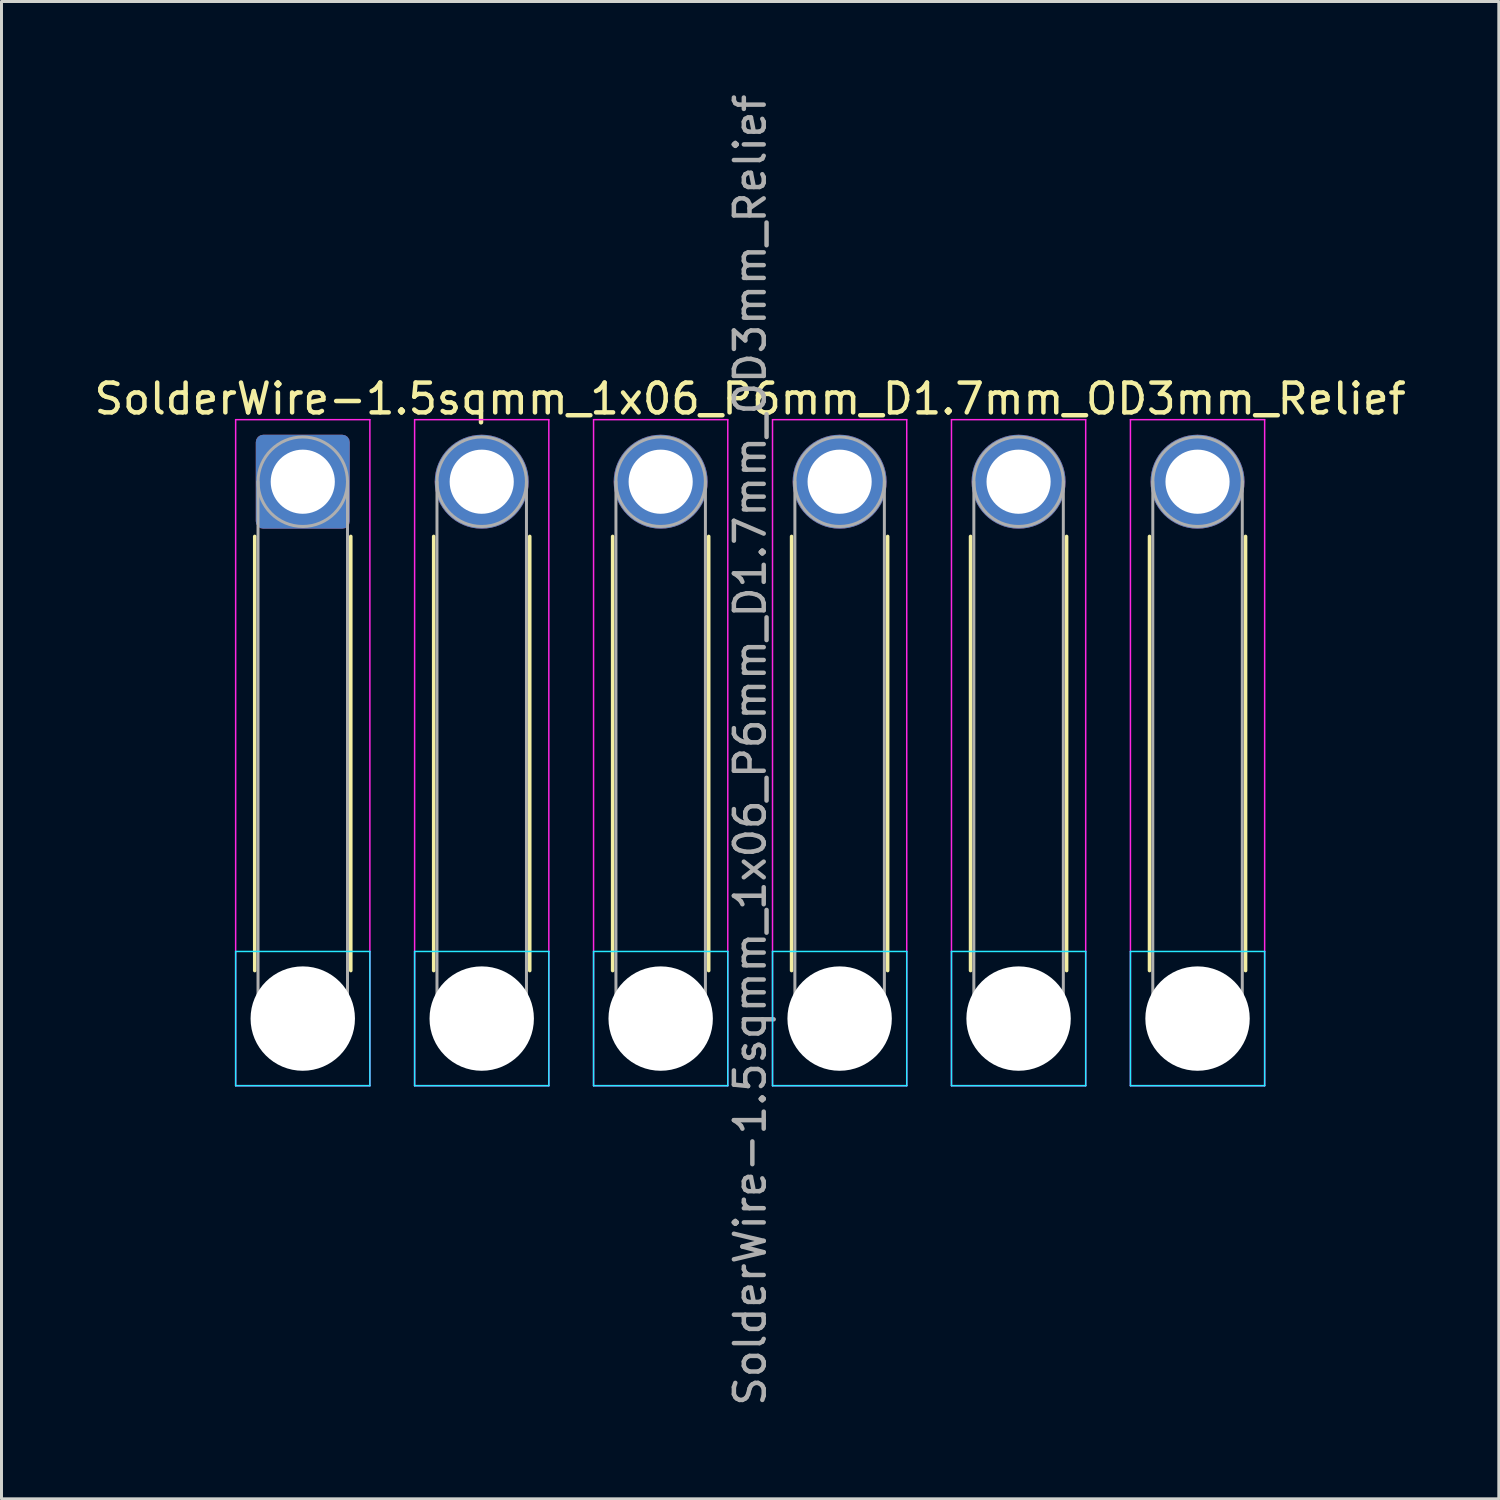
<source format=kicad_pcb>
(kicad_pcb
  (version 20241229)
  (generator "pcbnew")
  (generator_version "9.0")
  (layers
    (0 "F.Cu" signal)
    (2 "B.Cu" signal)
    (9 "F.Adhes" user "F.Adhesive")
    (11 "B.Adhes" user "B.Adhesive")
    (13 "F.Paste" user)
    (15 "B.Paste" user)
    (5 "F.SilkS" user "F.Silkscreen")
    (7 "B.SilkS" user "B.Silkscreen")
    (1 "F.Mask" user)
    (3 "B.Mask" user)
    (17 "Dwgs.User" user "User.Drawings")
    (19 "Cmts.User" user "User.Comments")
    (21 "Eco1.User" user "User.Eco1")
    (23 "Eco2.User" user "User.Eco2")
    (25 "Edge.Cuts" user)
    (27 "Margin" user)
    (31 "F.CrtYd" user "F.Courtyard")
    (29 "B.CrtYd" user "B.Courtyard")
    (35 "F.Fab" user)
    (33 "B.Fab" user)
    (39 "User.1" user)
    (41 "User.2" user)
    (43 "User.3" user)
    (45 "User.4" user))
  (footprint "SolderWire-1.5sqmm_1x06_P6mm_D1.7mm_OD3mm_Relief"
    (layer "F.Cu")
    (at 7.101 13.101)
    (property "Reference" "SolderWire-1.5sqmm_1x06_P6mm_D1.7mm_OD3mm_Relief" (at 15 -2.78 0) (layer "F.SilkS") (effects (font (size 1 1) (thickness 0.15))))
    (attr exclude_from_pos_files exclude_from_bom)
    (fp_line (start -1.61 1.835) (end -1.61 16.39) (stroke (width 0.12) (type solid)) (layer "F.SilkS"))
    (fp_line (start 1.61 1.835) (end 1.61 16.39) (stroke (width 0.12) (type solid)) (layer "F.SilkS"))
    (fp_line (start 4.39 1.835) (end 4.39 16.39) (stroke (width 0.12) (type solid)) (layer "F.SilkS"))
    (fp_line (start 7.61 1.835) (end 7.61 16.39) (stroke (width 0.12) (type solid)) (layer "F.SilkS"))
    (fp_line (start 10.39 1.835) (end 10.39 16.39) (stroke (width 0.12) (type solid)) (layer "F.SilkS"))
    (fp_line (start 13.61 1.835) (end 13.61 16.39) (stroke (width 0.12) (type solid)) (layer "F.SilkS"))
    (fp_line (start 16.39 1.835) (end 16.39 16.39) (stroke (width 0.12) (type solid)) (layer "F.SilkS"))
    (fp_line (start 19.61 1.835) (end 19.61 16.39) (stroke (width 0.12) (type solid)) (layer "F.SilkS"))
    (fp_line (start 22.39 1.835) (end 22.39 16.39) (stroke (width 0.12) (type solid)) (layer "F.SilkS"))
    (fp_line (start 25.61 1.835) (end 25.61 16.39) (stroke (width 0.12) (type solid)) (layer "F.SilkS"))
    (fp_line (start 28.39 1.835) (end 28.39 16.39) (stroke (width 0.12) (type solid)) (layer "F.SilkS"))
    (fp_line (start 31.61 1.835) (end 31.61 16.39) (stroke (width 0.12) (type solid)) (layer "F.SilkS"))
    (fp_line (start -2.25 15.75) (end -2.25 20.25) (stroke (width 0.05) (type solid)) (layer "B.CrtYd"))
    (fp_line (start -2.25 20.25) (end 2.25 20.25) (stroke (width 0.05) (type solid)) (layer "B.CrtYd"))
    (fp_line (start 2.25 15.75) (end -2.25 15.75) (stroke (width 0.05) (type solid)) (layer "B.CrtYd"))
    (fp_line (start 2.25 20.25) (end 2.25 15.75) (stroke (width 0.05) (type solid)) (layer "B.CrtYd"))
    (fp_line (start 3.75 15.75) (end 3.75 20.25) (stroke (width 0.05) (type solid)) (layer "B.CrtYd"))
    (fp_line (start 3.75 20.25) (end 8.25 20.25) (stroke (width 0.05) (type solid)) (layer "B.CrtYd"))
    (fp_line (start 8.25 15.75) (end 3.75 15.75) (stroke (width 0.05) (type solid)) (layer "B.CrtYd"))
    (fp_line (start 8.25 20.25) (end 8.25 15.75) (stroke (width 0.05) (type solid)) (layer "B.CrtYd"))
    (fp_line (start 9.75 15.75) (end 9.75 20.25) (stroke (width 0.05) (type solid)) (layer "B.CrtYd"))
    (fp_line (start 9.75 20.25) (end 14.25 20.25) (stroke (width 0.05) (type solid)) (layer "B.CrtYd"))
    (fp_line (start 14.25 15.75) (end 9.75 15.75) (stroke (width 0.05) (type solid)) (layer "B.CrtYd"))
    (fp_line (start 14.25 20.25) (end 14.25 15.75) (stroke (width 0.05) (type solid)) (layer "B.CrtYd"))
    (fp_line (start 15.75 15.75) (end 15.75 20.25) (stroke (width 0.05) (type solid)) (layer "B.CrtYd"))
    (fp_line (start 15.75 20.25) (end 20.25 20.25) (stroke (width 0.05) (type solid)) (layer "B.CrtYd"))
    (fp_line (start 20.25 15.75) (end 15.75 15.75) (stroke (width 0.05) (type solid)) (layer "B.CrtYd"))
    (fp_line (start 20.25 20.25) (end 20.25 15.75) (stroke (width 0.05) (type solid)) (layer "B.CrtYd"))
    (fp_line (start 21.75 15.75) (end 21.75 20.25) (stroke (width 0.05) (type solid)) (layer "B.CrtYd"))
    (fp_line (start 21.75 20.25) (end 26.25 20.25) (stroke (width 0.05) (type solid)) (layer "B.CrtYd"))
    (fp_line (start 26.25 15.75) (end 21.75 15.75) (stroke (width 0.05) (type solid)) (layer "B.CrtYd"))
    (fp_line (start 26.25 20.25) (end 26.25 15.75) (stroke (width 0.05) (type solid)) (layer "B.CrtYd"))
    (fp_line (start 27.75 15.75) (end 27.75 20.25) (stroke (width 0.05) (type solid)) (layer "B.CrtYd"))
    (fp_line (start 27.75 20.25) (end 32.25 20.25) (stroke (width 0.05) (type solid)) (layer "B.CrtYd"))
    (fp_line (start 32.25 15.75) (end 27.75 15.75) (stroke (width 0.05) (type solid)) (layer "B.CrtYd"))
    (fp_line (start 32.25 20.25) (end 32.25 15.75) (stroke (width 0.05) (type solid)) (layer "B.CrtYd"))
    (fp_line (start -2.25 -2.08) (end -2.25 20.25) (stroke (width 0.05) (type solid)) (layer "F.CrtYd"))
    (fp_line (start -2.25 20.25) (end 2.25 20.25) (stroke (width 0.05) (type solid)) (layer "F.CrtYd"))
    (fp_line (start 2.25 -2.08) (end -2.25 -2.08) (stroke (width 0.05) (type solid)) (layer "F.CrtYd"))
    (fp_line (start 2.25 20.25) (end 2.25 -2.08) (stroke (width 0.05) (type solid)) (layer "F.CrtYd"))
    (fp_line (start 3.75 -2.08) (end 3.75 20.25) (stroke (width 0.05) (type solid)) (layer "F.CrtYd"))
    (fp_line (start 3.75 20.25) (end 8.25 20.25) (stroke (width 0.05) (type solid)) (layer "F.CrtYd"))
    (fp_line (start 8.25 -2.08) (end 3.75 -2.08) (stroke (width 0.05) (type solid)) (layer "F.CrtYd"))
    (fp_line (start 8.25 20.25) (end 8.25 -2.08) (stroke (width 0.05) (type solid)) (layer "F.CrtYd"))
    (fp_line (start 9.75 -2.08) (end 9.75 20.25) (stroke (width 0.05) (type solid)) (layer "F.CrtYd"))
    (fp_line (start 9.75 20.25) (end 14.25 20.25) (stroke (width 0.05) (type solid)) (layer "F.CrtYd"))
    (fp_line (start 14.25 -2.08) (end 9.75 -2.08) (stroke (width 0.05) (type solid)) (layer "F.CrtYd"))
    (fp_line (start 14.25 20.25) (end 14.25 -2.08) (stroke (width 0.05) (type solid)) (layer "F.CrtYd"))
    (fp_line (start 15.75 -2.08) (end 15.75 20.25) (stroke (width 0.05) (type solid)) (layer "F.CrtYd"))
    (fp_line (start 15.75 20.25) (end 20.25 20.25) (stroke (width 0.05) (type solid)) (layer "F.CrtYd"))
    (fp_line (start 20.25 -2.08) (end 15.75 -2.08) (stroke (width 0.05) (type solid)) (layer "F.CrtYd"))
    (fp_line (start 20.25 20.25) (end 20.25 -2.08) (stroke (width 0.05) (type solid)) (layer "F.CrtYd"))
    (fp_line (start 21.75 -2.08) (end 21.75 20.25) (stroke (width 0.05) (type solid)) (layer "F.CrtYd"))
    (fp_line (start 21.75 20.25) (end 26.25 20.25) (stroke (width 0.05) (type solid)) (layer "F.CrtYd"))
    (fp_line (start 26.25 -2.08) (end 21.75 -2.08) (stroke (width 0.05) (type solid)) (layer "F.CrtYd"))
    (fp_line (start 26.25 20.25) (end 26.25 -2.08) (stroke (width 0.05) (type solid)) (layer "F.CrtYd"))
    (fp_line (start 27.75 -2.08) (end 27.75 20.25) (stroke (width 0.05) (type solid)) (layer "F.CrtYd"))
    (fp_line (start 27.75 20.25) (end 32.25 20.25) (stroke (width 0.05) (type solid)) (layer "F.CrtYd"))
    (fp_line (start 32.25 -2.08) (end 27.75 -2.08) (stroke (width 0.05) (type solid)) (layer "F.CrtYd"))
    (fp_line (start 32.25 20.25) (end 32.25 -2.08) (stroke (width 0.05) (type solid)) (layer "F.CrtYd"))
    (fp_line (start -1.5 0) (end -1.5 18) (stroke (width 0.1) (type solid)) (layer "F.Fab"))
    (fp_line (start 1.5 0) (end 1.5 18) (stroke (width 0.1) (type solid)) (layer "F.Fab"))
    (fp_line (start 4.5 0) (end 4.5 18) (stroke (width 0.1) (type solid)) (layer "F.Fab"))
    (fp_line (start 7.5 0) (end 7.5 18) (stroke (width 0.1) (type solid)) (layer "F.Fab"))
    (fp_line (start 10.5 0) (end 10.5 18) (stroke (width 0.1) (type solid)) (layer "F.Fab"))
    (fp_line (start 13.5 0) (end 13.5 18) (stroke (width 0.1) (type solid)) (layer "F.Fab"))
    (fp_line (start 16.5 0) (end 16.5 18) (stroke (width 0.1) (type solid)) (layer "F.Fab"))
    (fp_line (start 19.5 0) (end 19.5 18) (stroke (width 0.1) (type solid)) (layer "F.Fab"))
    (fp_line (start 22.5 0) (end 22.5 18) (stroke (width 0.1) (type solid)) (layer "F.Fab"))
    (fp_line (start 25.5 0) (end 25.5 18) (stroke (width 0.1) (type solid)) (layer "F.Fab"))
    (fp_line (start 28.5 0) (end 28.5 18) (stroke (width 0.1) (type solid)) (layer "F.Fab"))
    (fp_line (start 31.5 0) (end 31.5 18) (stroke (width 0.1) (type solid)) (layer "F.Fab"))
    (fp_circle (center 0 0) (end 1.5 0) (stroke (width 0.1) (type solid)) (fill no) (layer "F.Fab"))
    (fp_circle (center 0 18) (end 1.5 18) (stroke (width 0.1) (type solid)) (fill no) (layer "F.Fab"))
    (fp_circle (center 6 0) (end 7.5 0) (stroke (width 0.1) (type solid)) (fill no) (layer "F.Fab"))
    (fp_circle (center 6 18) (end 7.5 18) (stroke (width 0.1) (type solid)) (fill no) (layer "F.Fab"))
    (fp_circle (center 12 0) (end 13.5 0) (stroke (width 0.1) (type solid)) (fill no) (layer "F.Fab"))
    (fp_circle (center 12 18) (end 13.5 18) (stroke (width 0.1) (type solid)) (fill no) (layer "F.Fab"))
    (fp_circle (center 18 0) (end 19.5 0) (stroke (width 0.1) (type solid)) (fill no) (layer "F.Fab"))
    (fp_circle (center 18 18) (end 19.5 18) (stroke (width 0.1) (type solid)) (fill no) (layer "F.Fab"))
    (fp_circle (center 24 0) (end 25.5 0) (stroke (width 0.1) (type solid)) (fill no) (layer "F.Fab"))
    (fp_circle (center 24 18) (end 25.5 18) (stroke (width 0.1) (type solid)) (fill no) (layer "F.Fab"))
    (fp_circle (center 30 0) (end 31.5 0) (stroke (width 0.1) (type solid)) (fill no) (layer "F.Fab"))
    (fp_circle (center 30 18) (end 31.5 18) (stroke (width 0.1) (type solid)) (fill no) (layer "F.Fab"))
    (fp_text user "${REFERENCE}" (at 15 9 90) (layer "F.Fab") (effects (font (size 1 1) (thickness 0.15))))
    (pad "" np_thru_hole circle (at 0 18) (size 3.5 3.5) (drill 3.5) (layers "*.Cu" "*.Mask"))
    (pad "" np_thru_hole circle (at 6 18) (size 3.5 3.5) (drill 3.5) (layers "*.Cu" "*.Mask"))
    (pad "" np_thru_hole circle (at 12 18) (size 3.5 3.5) (drill 3.5) (layers "*.Cu" "*.Mask"))
    (pad "" np_thru_hole circle (at 18 18) (size 3.5 3.5) (drill 3.5) (layers "*.Cu" "*.Mask"))
    (pad "" np_thru_hole circle (at 24 18) (size 3.5 3.5) (drill 3.5) (layers "*.Cu" "*.Mask"))
    (pad "" np_thru_hole circle (at 30 18) (size 3.5 3.5) (drill 3.5) (layers "*.Cu" "*.Mask"))
    (pad "1" thru_hole roundrect (at 0 0) (size 3.15 3.15) (drill 2.15) (layers "*.Cu" "*.Mask") (roundrect_rratio 0.079))
    (pad "2" thru_hole circle (at 6 0) (size 3.15 3.15) (drill 2.15) (layers "*.Cu" "*.Mask"))
    (pad "3" thru_hole circle (at 12 0) (size 3.15 3.15) (drill 2.15) (layers "*.Cu" "*.Mask"))
    (pad "4" thru_hole circle (at 18 0) (size 3.15 3.15) (drill 2.15) (layers "*.Cu" "*.Mask"))
    (pad "5" thru_hole circle (at 24 0) (size 3.15 3.15) (drill 2.15) (layers "*.Cu" "*.Mask"))
    (pad "6" thru_hole circle (at 30 0) (size 3.15 3.15) (drill 2.15) (layers "*.Cu" "*.Mask")))
  (gr_rect
    (start -3 -3)
    (end 47.202 47.202)
    (stroke (width 0.1) (type default))
    (fill no)
    (layer "Edge.Cuts")))
</source>
